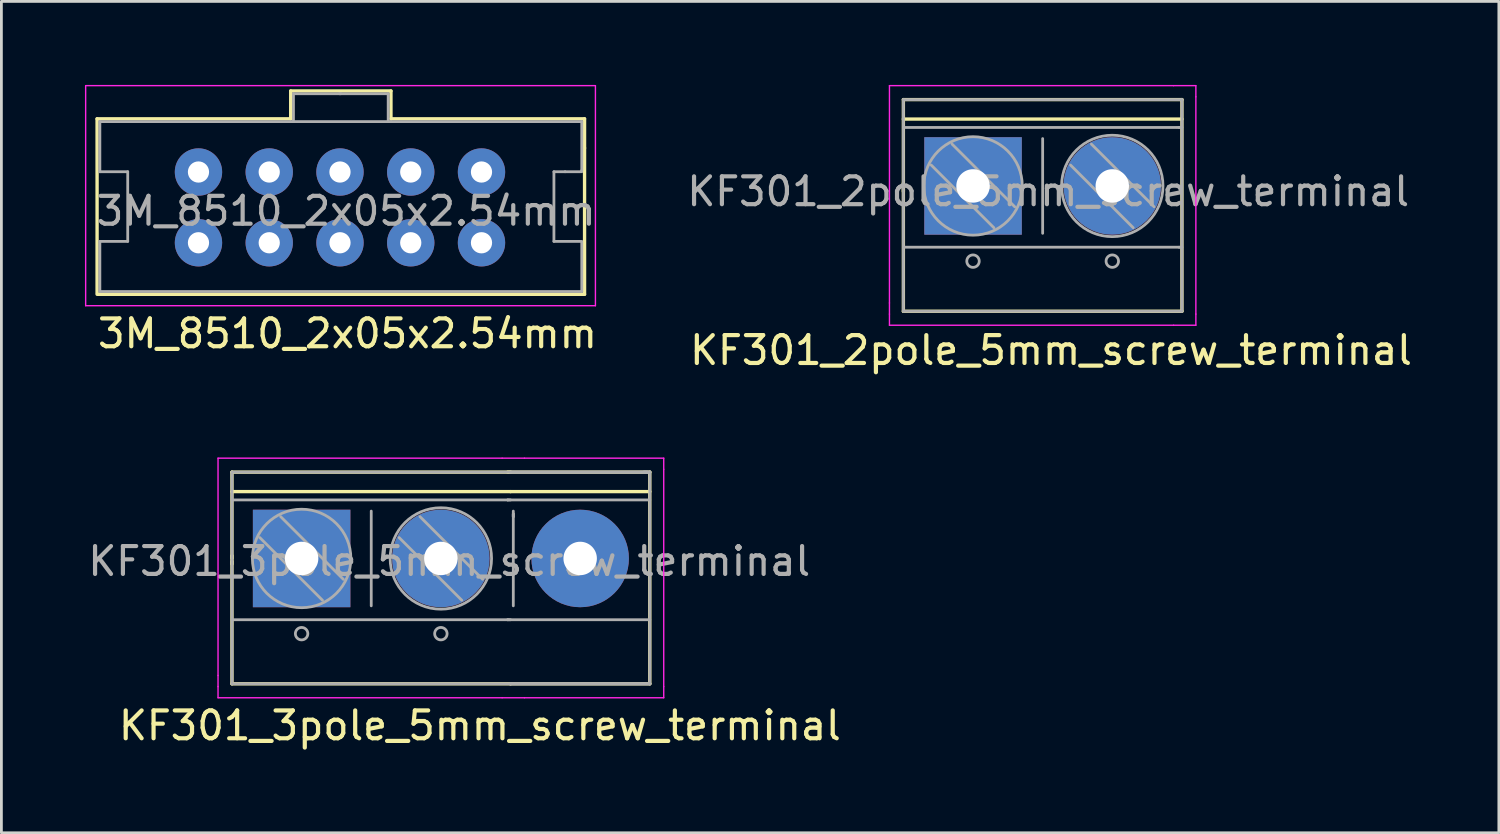
<source format=kicad_pcb>
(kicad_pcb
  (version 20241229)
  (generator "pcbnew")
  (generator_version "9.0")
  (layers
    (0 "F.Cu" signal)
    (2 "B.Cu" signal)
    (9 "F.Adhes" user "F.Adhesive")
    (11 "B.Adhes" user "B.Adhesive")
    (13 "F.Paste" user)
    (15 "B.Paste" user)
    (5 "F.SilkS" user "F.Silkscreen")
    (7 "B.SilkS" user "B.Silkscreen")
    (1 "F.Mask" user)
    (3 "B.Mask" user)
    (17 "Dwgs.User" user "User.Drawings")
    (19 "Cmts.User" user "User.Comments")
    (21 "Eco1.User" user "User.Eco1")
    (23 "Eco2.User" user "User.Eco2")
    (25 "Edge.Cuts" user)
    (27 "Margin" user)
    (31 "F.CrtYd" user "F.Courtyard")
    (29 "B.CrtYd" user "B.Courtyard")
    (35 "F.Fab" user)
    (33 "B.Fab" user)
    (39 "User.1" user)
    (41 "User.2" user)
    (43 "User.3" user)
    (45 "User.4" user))
  (footprint "KF301_3pole_5mm_screw_terminal"
    (layer "F.Cu")
    (at 7.777 16.998)
    (property "Reference" "KF301_3pole_5mm_screw_terminal" (at 6.4 6 0) (layer "F.SilkS") (effects (font (size 1 1) (thickness 0.15))))
    (attr through_hole)
    (fp_line (start -2.5 -3.1) (end 7.5 -3.1) (stroke (width 0.12) (type solid)) (layer "F.SilkS"))
    (fp_line (start -2.5 -2.4) (end 7.5 -2.4) (stroke (width 0.12) (type solid)) (layer "F.SilkS"))
    (fp_line (start -2.5 0) (end -2.5 -3.1) (stroke (width 0.12) (type solid)) (layer "F.SilkS"))
    (fp_line (start -2.5 0.2) (end -2.5 -0.1) (stroke (width 0.12) (type solid)) (layer "F.SilkS"))
    (fp_line (start -2.5 4.5) (end -2.5 0.1) (stroke (width 0.12) (type solid)) (layer "F.SilkS"))
    (fp_line (start 7.4 -3.1) (end 12.5 -3.1) (stroke (width 0.12) (type solid)) (layer "F.SilkS"))
    (fp_line (start 7.5 -2.4) (end 12.5 -2.4) (stroke (width 0.12) (type solid)) (layer "F.SilkS"))
    (fp_line (start 7.5 4.5) (end -2.5 4.5) (stroke (width 0.12) (type solid)) (layer "F.SilkS"))
    (fp_line (start 7.5 4.5) (end 12.5 4.5) (stroke (width 0.12) (type solid)) (layer "F.SilkS"))
    (fp_line (start 12.5 -3.1) (end 12.5 4.5) (stroke (width 0.12) (type solid)) (layer "F.SilkS"))
    (fp_line (start -3 -3.6) (end 7.2 -3.6) (stroke (width 0.05) (type solid)) (layer "F.CrtYd"))
    (fp_line (start -3 4.2) (end -3 -3.6) (stroke (width 0.05) (type solid)) (layer "F.CrtYd"))
    (fp_line (start -3 4.6) (end -3 4.2) (stroke (width 0.05) (type solid)) (layer "F.CrtYd"))
    (fp_line (start -3 5) (end -3 4.6) (stroke (width 0.05) (type solid)) (layer "F.CrtYd"))
    (fp_line (start 7.2 -3.6) (end 8 -3.6) (stroke (width 0.05) (type solid)) (layer "F.CrtYd"))
    (fp_line (start 7.2 5) (end -3 5) (stroke (width 0.05) (type solid)) (layer "F.CrtYd"))
    (fp_line (start 7.2 5) (end 8 5) (stroke (width 0.05) (type solid)) (layer "F.CrtYd"))
    (fp_line (start 8 -3.6) (end 13 -3.6) (stroke (width 0.05) (type solid)) (layer "F.CrtYd"))
    (fp_line (start 8 5) (end 13 5) (stroke (width 0.05) (type solid)) (layer "F.CrtYd"))
    (fp_line (start 13 -3.6) (end 13 -3.2) (stroke (width 0.05) (type solid)) (layer "F.CrtYd"))
    (fp_line (start 13 -3.2) (end 13 4.6) (stroke (width 0.05) (type solid)) (layer "F.CrtYd"))
    (fp_line (start 13 5) (end 13 4.6) (stroke (width 0.05) (type solid)) (layer "F.CrtYd"))
    (fp_line (start -2.5 -3.1) (end 7.5 -3.1) (stroke (width 0.1) (type solid)) (layer "F.Fab"))
    (fp_line (start -2.5 -2.1) (end 7.4 -2.1) (stroke (width 0.1) (type solid)) (layer "F.Fab"))
    (fp_line (start -2.5 2.2) (end 7.4 2.2) (stroke (width 0.1) (type solid)) (layer "F.Fab"))
    (fp_line (start -2.5 4.5) (end -2.5 -3.1) (stroke (width 0.1) (type solid)) (layer "F.Fab"))
    (fp_line (start -1.5 -0.749) (end 0.75 1.501) (stroke (width 0.1) (type solid)) (layer "F.Fab"))
    (fp_line (start -0.751 -1.501) (end 1.499 0.749) (stroke (width 0.1) (type solid)) (layer "F.Fab"))
    (fp_line (start 2.5 -1.7) (end 2.5 1.7) (stroke (width 0.1) (type solid)) (layer "F.Fab"))
    (fp_line (start 3.501 -0.749) (end 5.751 1.501) (stroke (width 0.1) (type solid)) (layer "F.Fab"))
    (fp_line (start 4.25 -1.501) (end 6.501 0.749) (stroke (width 0.1) (type solid)) (layer "F.Fab"))
    (fp_line (start 7.4 -2.1) (end 7.3 -2.1) (stroke (width 0.05) (type solid)) (layer "F.Fab"))
    (fp_line (start 7.4 -2.1) (end 7.5 -2.1) (stroke (width 0.1) (type solid)) (layer "F.Fab"))
    (fp_line (start 7.4 -2.1) (end 12.5 -2.1) (stroke (width 0.1) (type solid)) (layer "F.Fab"))
    (fp_line (start 7.4 2.2) (end 7.5 2.2) (stroke (width 0.1) (type solid)) (layer "F.Fab"))
    (fp_line (start 7.4 2.2) (end 12.5 2.2) (stroke (width 0.1) (type solid)) (layer "F.Fab"))
    (fp_line (start 7.5 4.5) (end -2.5 4.5) (stroke (width 0.1) (type solid)) (layer "F.Fab"))
    (fp_line (start 7.5 4.5) (end 12.5 4.5) (stroke (width 0.12) (type solid)) (layer "F.Fab"))
    (fp_line (start 7.6 -1.6) (end 7.6 -1.5) (stroke (width 0.1) (type solid)) (layer "F.Fab"))
    (fp_line (start 7.6 -1.5) (end 7.6 -1.7) (stroke (width 0.1) (type solid)) (layer "F.Fab"))
    (fp_line (start 7.6 1.7) (end 7.6 -1.6) (stroke (width 0.1) (type solid)) (layer "F.Fab"))
    (fp_line (start 12.4 -3.1) (end 7.5 -3.1) (stroke (width 0.12) (type solid)) (layer "F.Fab"))
    (fp_line (start 12.5 -3.1) (end 12.3 -3.1) (stroke (width 0.12) (type solid)) (layer "F.Fab"))
    (fp_line (start 12.5 -3.1) (end 12.5 4.5) (stroke (width 0.1) (type solid)) (layer "F.Fab"))
    (fp_circle (center 0 2.7) (end 0.2 2.8) (stroke (width 0.1) (type solid)) (fill no) (layer "F.Fab"))
    (fp_circle (center 0.001 0) (end 1.751 0.249) (stroke (width 0.1) (type solid)) (fill no) (layer "F.Fab"))
    (fp_circle (center 4.999 0) (end 6.749 0.5) (stroke (width 0.1) (type solid)) (fill no) (layer "F.Fab"))
    (fp_circle (center 5 2.7) (end 5.2 2.8) (stroke (width 0.1) (type solid)) (fill no) (layer "F.Fab"))
    (fp_text user "${REFERENCE}" (at 5.3 0.1 0) (layer "F.Fab") (effects (font (size 1 1) (thickness 0.15))))
    (pad "1" thru_hole rect (at 0.001 0) (size 3.5 3.5) (drill 1.2) (layers "*.Cu" "*.Mask"))
    (pad "2" thru_hole circle (at 4.999 0) (size 3.5 3.5) (drill 1.2) (layers "*.Cu" "*.Mask"))
    (pad "3" thru_hole circle (at 10 0) (size 3.5 3.5) (drill 1.2) (layers "*.Cu" "*.Mask")))
  (footprint "3M_8510_2x05x2.54mm"
    (layer "F.Cu")
    (at 4.075 3.125)
    (property "Reference" "3M_8510_2x05x2.54mm" (at 5.35 5.8 0) (layer "F.SilkS") (effects (font (size 1 1) (thickness 0.15))))
    (attr through_hole)
    (fp_line (start -3.64 -1.91) (end 3.31 -1.91) (stroke (width 0.12) (type solid)) (layer "F.SilkS"))
    (fp_line (start -3.64 4.34) (end -3.64 -1.91) (stroke (width 0.12) (type solid)) (layer "F.SilkS"))
    (fp_line (start 3.31 -2.91) (end 6.91 -2.91) (stroke (width 0.12) (type solid)) (layer "F.SilkS"))
    (fp_line (start 3.31 -1.91) (end 3.31 -2.91) (stroke (width 0.12) (type solid)) (layer "F.SilkS"))
    (fp_line (start 6.91 -2.91) (end 6.91 -1.91) (stroke (width 0.12) (type solid)) (layer "F.SilkS"))
    (fp_line (start 6.91 -1.91) (end 13.86 -1.91) (stroke (width 0.12) (type solid)) (layer "F.SilkS"))
    (fp_line (start 13.86 -1.91) (end 13.86 -0.86) (stroke (width 0.12) (type solid)) (layer "F.SilkS"))
    (fp_line (start 13.86 -0.86) (end 13.86 4.39) (stroke (width 0.12) (type solid)) (layer "F.SilkS"))
    (fp_line (start 13.86 4.39) (end -3.64 4.39) (stroke (width 0.12) (type solid)) (layer "F.SilkS"))
    (fp_line (start -4.05 4.8) (end -4.05 -3.1) (stroke (width 0.05) (type solid)) (layer "F.CrtYd"))
    (fp_line (start -4.05 4.8) (end 14.25 4.8) (stroke (width 0.05) (type solid)) (layer "F.CrtYd"))
    (fp_line (start 14.25 -3.1) (end -4.05 -3.1) (stroke (width 0.05) (type solid)) (layer "F.CrtYd"))
    (fp_line (start 14.25 4.8) (end 14.25 -3.1) (stroke (width 0.05) (type solid)) (layer "F.CrtYd"))
    (fp_line (start -3.54 -1.81) (end -3.54 -0.01) (stroke (width 0.1) (type solid)) (layer "F.Fab"))
    (fp_line (start -3.54 -1.81) (end 13.76 -1.81) (stroke (width 0.1) (type solid)) (layer "F.Fab"))
    (fp_line (start -3.54 -0.01) (end -2.54 -0.01) (stroke (width 0.1) (type solid)) (layer "F.Fab"))
    (fp_line (start -3.54 2.49) (end -3.54 4.29) (stroke (width 0.1) (type solid)) (layer "F.Fab"))
    (fp_line (start -2.54 -0.01) (end -2.54 2.49) (stroke (width 0.1) (type solid)) (layer "F.Fab"))
    (fp_line (start -2.54 2.49) (end -3.54 2.49) (stroke (width 0.1) (type solid)) (layer "F.Fab"))
    (fp_line (start 3.41 -2.81) (end 3.41 -1.86) (stroke (width 0.1) (type solid)) (layer "F.Fab"))
    (fp_line (start 5.06 -2.81) (end 6.81 -2.81) (stroke (width 0.1) (type solid)) (layer "F.Fab"))
    (fp_line (start 5.11 -2.81) (end 3.41 -2.81) (stroke (width 0.1) (type solid)) (layer "F.Fab"))
    (fp_line (start 6.81 -2.81) (end 6.81 -1.81) (stroke (width 0.1) (type solid)) (layer "F.Fab"))
    (fp_line (start 12.76 -0.01) (end 12.76 2.49) (stroke (width 0.1) (type solid)) (layer "F.Fab"))
    (fp_line (start 12.76 2.49) (end 13.71 2.49) (stroke (width 0.1) (type solid)) (layer "F.Fab"))
    (fp_line (start 13.16 -0.01) (end 12.76 -0.01) (stroke (width 0.1) (type solid)) (layer "F.Fab"))
    (fp_line (start 13.71 -0.01) (end 13.16 -0.01) (stroke (width 0.1) (type solid)) (layer "F.Fab"))
    (fp_line (start 13.76 -1.81) (end 13.76 -0.06) (stroke (width 0.1) (type solid)) (layer "F.Fab"))
    (fp_line (start 13.76 -0.06) (end 13.76 -0.01) (stroke (width 0.1) (type solid)) (layer "F.Fab"))
    (fp_line (start 13.76 2.49) (end 13.76 4.29) (stroke (width 0.1) (type solid)) (layer "F.Fab"))
    (fp_line (start 13.76 4.29) (end -3.54 4.29) (stroke (width 0.1) (type solid)) (layer "F.Fab"))
    (fp_text user "${REFERENCE}" (at 5.3 1.4 0) (layer "F.Fab") (effects (font (size 1 1) (thickness 0.15))))
    (pad "1" thru_hole circle (at 0 0) (size 1.7 1.7) (drill 0.762) (layers "*.Cu" "*.Mask"))
    (pad "2" thru_hole circle (at 0 2.54) (size 1.7 1.7) (drill 0.762) (layers "*.Cu" "*.Mask"))
    (pad "3" thru_hole circle (at 2.54 0) (size 1.7 1.7) (drill 0.762) (layers "*.Cu" "*.Mask"))
    (pad "4" thru_hole circle (at 2.54 2.54) (size 1.7 1.7) (drill 0.762) (layers "*.Cu" "*.Mask"))
    (pad "5" thru_hole circle (at 5.08 0) (size 1.7 1.7) (drill 0.762) (layers "*.Cu" "*.Mask"))
    (pad "6" thru_hole circle (at 5.08 2.54) (size 1.7 1.7) (drill 0.762) (layers "*.Cu" "*.Mask"))
    (pad "7" thru_hole circle (at 7.62 0) (size 1.7 1.7) (drill 0.762) (layers "*.Cu" "*.Mask"))
    (pad "8" thru_hole circle (at 7.62 2.54) (size 1.7 1.7) (drill 0.762) (layers "*.Cu" "*.Mask"))
    (pad "9" thru_hole circle (at 10.16 0) (size 1.7 1.7) (drill 0.762) (layers "*.Cu" "*.Mask"))
    (pad "10" thru_hole circle (at 10.16 2.54) (size 1.7 1.7) (drill 0.762) (layers "*.Cu" "*.Mask")))
  (footprint "KF301_2pole_5mm_screw_terminal"
    (layer "F.Cu")
    (at 31.88 3.625)
    (property "Reference" "KF301_2pole_5mm_screw_terminal" (at 2.8 5.9 0) (layer "F.SilkS") (effects (font (size 1 1) (thickness 0.15))))
    (attr through_hole)
    (fp_line (start -2.5 -3.1) (end 7.5 -3.1) (stroke (width 0.12) (type solid)) (layer "F.SilkS"))
    (fp_line (start -2.5 -2.4) (end 7.5 -2.4) (stroke (width 0.12) (type solid)) (layer "F.SilkS"))
    (fp_line (start -2.5 0) (end -2.5 -3.1) (stroke (width 0.12) (type solid)) (layer "F.SilkS"))
    (fp_line (start -2.5 0.2) (end -2.5 -0.1) (stroke (width 0.12) (type solid)) (layer "F.SilkS"))
    (fp_line (start -2.5 4.5) (end -2.5 0.1) (stroke (width 0.12) (type solid)) (layer "F.SilkS"))
    (fp_line (start 7.5 -3.1) (end 7.5 4.5) (stroke (width 0.12) (type solid)) (layer "F.SilkS"))
    (fp_line (start 7.5 4.5) (end -2.5 4.5) (stroke (width 0.12) (type solid)) (layer "F.SilkS"))
    (fp_line (start -3 -3.6) (end 7.2 -3.6) (stroke (width 0.05) (type solid)) (layer "F.CrtYd"))
    (fp_line (start -3 4.2) (end -3 -3.6) (stroke (width 0.05) (type solid)) (layer "F.CrtYd"))
    (fp_line (start -3 4.6) (end -3 4.2) (stroke (width 0.05) (type solid)) (layer "F.CrtYd"))
    (fp_line (start -3 5) (end -3 4.6) (stroke (width 0.05) (type solid)) (layer "F.CrtYd"))
    (fp_line (start 7.2 -3.6) (end 8 -3.6) (stroke (width 0.05) (type solid)) (layer "F.CrtYd"))
    (fp_line (start 7.2 5) (end -3 5) (stroke (width 0.05) (type solid)) (layer "F.CrtYd"))
    (fp_line (start 7.2 5) (end 8 5) (stroke (width 0.05) (type solid)) (layer "F.CrtYd"))
    (fp_line (start 8 -3.6) (end 8 -3.2) (stroke (width 0.05) (type solid)) (layer "F.CrtYd"))
    (fp_line (start 8 -3.2) (end 8 4.6) (stroke (width 0.05) (type solid)) (layer "F.CrtYd"))
    (fp_line (start 8 5) (end 8 4.6) (stroke (width 0.05) (type solid)) (layer "F.CrtYd"))
    (fp_line (start -2.5 -3.1) (end 7.5 -3.1) (stroke (width 0.1) (type solid)) (layer "F.Fab"))
    (fp_line (start -2.5 -2.1) (end 7.4 -2.1) (stroke (width 0.1) (type solid)) (layer "F.Fab"))
    (fp_line (start -2.5 2.2) (end 7.4 2.2) (stroke (width 0.1) (type solid)) (layer "F.Fab"))
    (fp_line (start -2.5 4.5) (end -2.5 -3.1) (stroke (width 0.1) (type solid)) (layer "F.Fab"))
    (fp_line (start -1.5 -0.749) (end 0.75 1.501) (stroke (width 0.1) (type solid)) (layer "F.Fab"))
    (fp_line (start -0.751 -1.501) (end 1.499 0.749) (stroke (width 0.1) (type solid)) (layer "F.Fab"))
    (fp_line (start 2.5 -1.7) (end 2.5 1.7) (stroke (width 0.1) (type solid)) (layer "F.Fab"))
    (fp_line (start 3.501 -0.749) (end 5.751 1.501) (stroke (width 0.1) (type solid)) (layer "F.Fab"))
    (fp_line (start 4.25 -1.501) (end 6.501 0.749) (stroke (width 0.1) (type solid)) (layer "F.Fab"))
    (fp_line (start 7.4 -2.1) (end 7.3 -2.1) (stroke (width 0.05) (type solid)) (layer "F.Fab"))
    (fp_line (start 7.4 -2.1) (end 7.5 -2.1) (stroke (width 0.1) (type solid)) (layer "F.Fab"))
    (fp_line (start 7.4 2.2) (end 7.5 2.2) (stroke (width 0.1) (type solid)) (layer "F.Fab"))
    (fp_line (start 7.5 -3.1) (end 7.5 4.5) (stroke (width 0.1) (type solid)) (layer "F.Fab"))
    (fp_line (start 7.5 4.5) (end -2.5 4.5) (stroke (width 0.1) (type solid)) (layer "F.Fab"))
    (fp_circle (center 0 2.7) (end 0.2 2.8) (stroke (width 0.1) (type solid)) (fill no) (layer "F.Fab"))
    (fp_circle (center 0.001 0) (end 1.751 0.249) (stroke (width 0.1) (type solid)) (fill no) (layer "F.Fab"))
    (fp_circle (center 4.999 0) (end 6.749 0.5) (stroke (width 0.1) (type solid)) (fill no) (layer "F.Fab"))
    (fp_circle (center 5 2.7) (end 5.2 2.8) (stroke (width 0.1) (type solid)) (fill no) (layer "F.Fab"))
    (fp_text user "${REFERENCE}" (at 2.7 0.2 0) (layer "F.Fab") (effects (font (size 1 1) (thickness 0.15))))
    (pad "1" thru_hole rect (at 0.001 0) (size 3.5 3.5) (drill 1.2) (layers "*.Cu" "*.Mask"))
    (pad "2" thru_hole circle (at 4.999 0) (size 3.5 3.5) (drill 1.2) (layers "*.Cu" "*.Mask")))
  (gr_rect
    (start -3 -3)
    (end 50.757 26.846)
    (stroke (width 0.1) (type default))
    (fill no)
    (layer "Edge.Cuts")))
</source>
